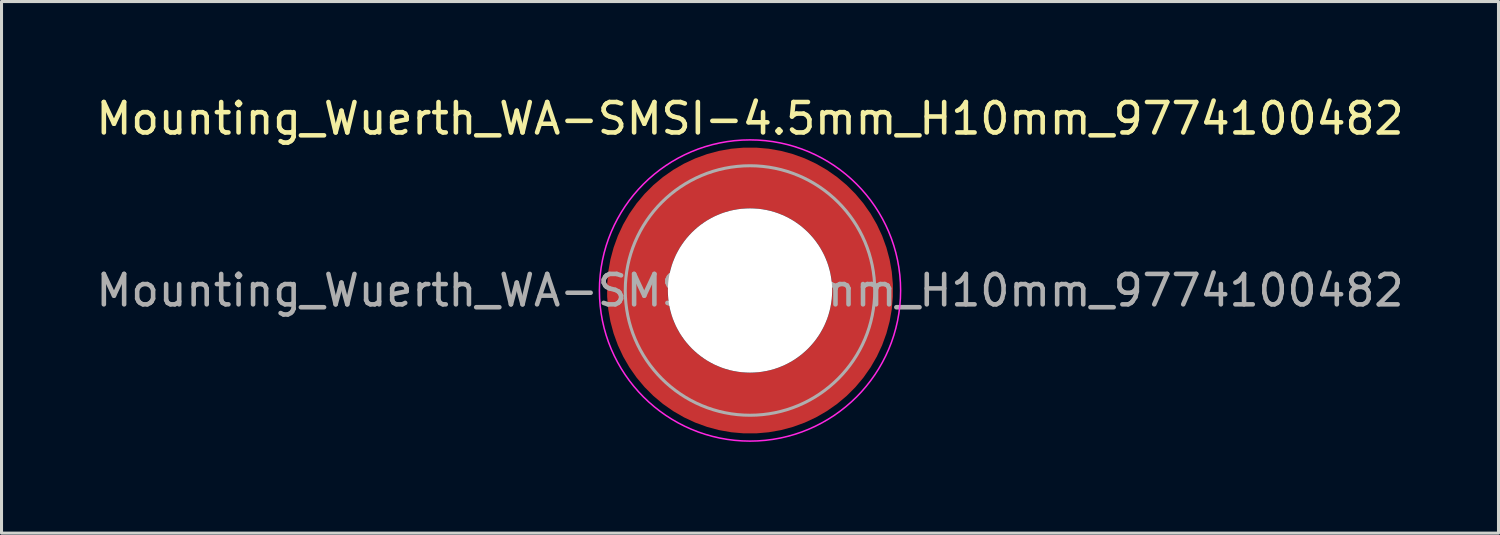
<source format=kicad_pcb>
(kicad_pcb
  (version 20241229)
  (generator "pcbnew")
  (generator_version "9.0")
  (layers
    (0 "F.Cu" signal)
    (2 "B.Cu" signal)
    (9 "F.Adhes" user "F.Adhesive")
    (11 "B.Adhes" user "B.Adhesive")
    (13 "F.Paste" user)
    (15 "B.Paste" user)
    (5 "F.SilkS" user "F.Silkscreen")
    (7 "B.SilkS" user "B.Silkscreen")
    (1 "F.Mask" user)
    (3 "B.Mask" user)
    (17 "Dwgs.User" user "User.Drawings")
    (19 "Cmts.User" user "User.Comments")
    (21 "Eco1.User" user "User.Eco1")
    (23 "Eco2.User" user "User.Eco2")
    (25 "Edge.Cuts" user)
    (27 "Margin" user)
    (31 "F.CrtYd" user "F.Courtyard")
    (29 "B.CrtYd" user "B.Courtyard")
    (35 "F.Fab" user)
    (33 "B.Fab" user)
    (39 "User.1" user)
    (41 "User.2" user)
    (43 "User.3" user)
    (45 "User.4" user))
  (footprint "Mounting_Wuerth_WA-SMSI-4.5mm_H10mm_9774100482"
    (layer "F.Cu")
    (at 21.601 6.498)
    (property "Reference" "Mounting_Wuerth_WA-SMSI-4.5mm_H10mm_9774100482" (at 0 -5.65 0) (layer "F.SilkS") (effects (font (size 1 1) (thickness 0.15))))
    (attr smd allow_soldermask_bridges)
    (fp_circle (center 0 0) (end 4.95 0) (stroke (width 0.05) (type solid)) (fill no) (layer "F.CrtYd"))
    (fp_circle (center 0 0) (end 4.1 0) (stroke (width 0.1) (type solid)) (fill no) (layer "F.Fab"))
    (fp_text user "${REFERENCE}" (at 0 0 0) (layer "F.Fab") (effects (font (size 1 1) (thickness 0.15))))
    (pad "" smd custom (at -2.607 -2.607) (size 0.948 0.948) (layers "F.Paste") (options (anchor circle)) (primitives (gr_arc (start -0.188183 2.107456) (mid 0.599273 0.599273) (end 2.107456 -0.188183) (width 0.2)) (gr_arc (start -0.289416 2.107456) (mid 0.52877 0.52877) (end 2.107456 -0.289416) (width 0.2)) (gr_arc (start -0.390547 2.107456) (mid 0.458268 0.458268) (end 2.107456 -0.390547) (width 0.2)) (gr_arc (start -0.491585 2.107456) (mid 0.387765 0.387765) (end 2.107456 -0.491585) (width 0.2)) (gr_arc (start -0.59254 2.107456) (mid 0.317262 0.317262) (end 2.107456 -0.59254) (width 0.2)) (gr_arc (start -0.693419 2.107456) (mid 0.246759 0.246759) (end 2.107456 -0.693419) (width 0.2)) (gr_arc (start -0.794229 2.107456) (mid 0.176257 0.176257) (end 2.107456 -0.794229) (width 0.2)) (gr_arc (start -0.894975 2.107456) (mid 0.105754 0.105754) (end 2.107456 -0.894975) (width 0.2)) (gr_arc (start -0.995664 2.107456) (mid 0.035251 0.035251) (end 2.107456 -0.995664) (width 0.2)) (gr_arc (start -1.0963 2.107456) (mid -0.035251 -0.035251) (end 2.107456 -1.0963) (width 0.2)) (gr_arc (start -1.196886 2.107456) (mid -0.105754 -0.105754) (end 2.107456 -1.196886) (width 0.2)) (gr_arc (start -1.297427 2.107456) (mid -0.176257 -0.176257) (end 2.107456 -1.297427) (width 0.2)) (gr_arc (start -1.397927 2.107456) (mid -0.246759 -0.246759) (end 2.107456 -1.397927) (width 0.2)) (gr_arc (start -1.498388 2.107456) (mid -0.317262 -0.317262) (end 2.107456 -1.498388) (width 0.2)) (gr_arc (start -1.598813 2.107456) (mid -0.387765 -0.387765) (end 2.107456 -1.598813) (width 0.2)) (gr_arc (start -1.699204 2.107456) (mid -0.458268 -0.458268) (end 2.107456 -1.699204) (width 0.2)) (gr_arc (start -1.799565 2.107456) (mid -0.52877 -0.52877) (end 2.107456 -1.799565) (width 0.2)) (gr_arc (start -1.899896 2.107456) (mid -0.599273 -0.599273) (end 2.107456 -1.899896) (width 0.2)) (gr_arc (start -1.899896 2.107456) (mid -0.599273 -0.599273) (end 2.107456 -1.899896) (width 0.2)) (gr_line (start 2.107 -0.188) (end 2.107 -1.9) (width 0.2)) (gr_line (start -0.188 2.107) (end -1.9 2.107) (width 0.2))))
    (pad "" smd custom (at -2.607 2.607) (size 0.948 0.948) (layers "F.Paste") (options (anchor circle)) (primitives (gr_arc (start 2.107456 0.188183) (mid 0.599273 -0.599273) (end -0.188183 -2.107456) (width 0.2)) (gr_arc (start 2.107456 0.289416) (mid 0.52877 -0.52877) (end -0.289416 -2.107456) (width 0.2)) (gr_arc (start 2.107456 0.390547) (mid 0.458268 -0.458268) (end -0.390547 -2.107456) (width 0.2)) (gr_arc (start 2.107456 0.491585) (mid 0.387765 -0.387765) (end -0.491585 -2.107456) (width 0.2)) (gr_arc (start 2.107456 0.59254) (mid 0.317262 -0.317262) (end -0.59254 -2.107456) (width 0.2)) (gr_arc (start 2.107456 0.693419) (mid 0.246759 -0.246759) (end -0.693419 -2.107456) (width 0.2)) (gr_arc (start 2.107456 0.794229) (mid 0.176257 -0.176257) (end -0.794229 -2.107456) (width 0.2)) (gr_arc (start 2.107456 0.894975) (mid 0.105754 -0.105754) (end -0.894975 -2.107456) (width 0.2)) (gr_arc (start 2.107456 0.995664) (mid 0.035251 -0.035251) (end -0.995664 -2.107456) (width 0.2)) (gr_arc (start 2.107456 1.0963) (mid -0.035251 0.035251) (end -1.0963 -2.107456) (width 0.2)) (gr_arc (start 2.107456 1.196886) (mid -0.105754 0.105754) (end -1.196886 -2.107456) (width 0.2)) (gr_arc (start 2.107456 1.297427) (mid -0.176257 0.176257) (end -1.297427 -2.107456) (width 0.2)) (gr_arc (start 2.107456 1.397927) (mid -0.246759 0.246759) (end -1.397927 -2.107456) (width 0.2)) (gr_arc (start 2.107456 1.498388) (mid -0.317262 0.317262) (end -1.498388 -2.107456) (width 0.2)) (gr_arc (start 2.107456 1.598813) (mid -0.387765 0.387765) (end -1.598813 -2.107456) (width 0.2)) (gr_arc (start 2.107456 1.699204) (mid -0.458268 0.458268) (end -1.699204 -2.107456) (width 0.2)) (gr_arc (start 2.107456 1.799565) (mid -0.52877 0.52877) (end -1.799565 -2.107456) (width 0.2)) (gr_arc (start 2.107456 1.899896) (mid -0.599273 0.599273) (end -1.899896 -2.107456) (width 0.2)) (gr_arc (start 2.107456 1.899896) (mid -0.599273 0.599273) (end -1.899896 -2.107456) (width 0.2)) (gr_line (start -0.188 -2.107) (end -1.9 -2.107) (width 0.2)) (gr_line (start 2.107 0.188) (end 2.107 1.9) (width 0.2))))
    (pad "" np_thru_hole circle (at 0 0) (size 5.4 5.4) (drill 5.4) (layers "*.Cu" "*.Mask"))
    (pad "" smd custom (at 2.607 -2.607) (size 0.948 0.948) (layers "F.Paste") (options (anchor circle)) (primitives (gr_arc (start -2.107456 -0.188183) (mid -0.599273 0.599273) (end 0.188183 2.107456) (width 0.2)) (gr_arc (start -2.107456 -0.289416) (mid -0.52877 0.52877) (end 0.289416 2.107456) (width 0.2)) (gr_arc (start -2.107456 -0.390547) (mid -0.458268 0.458268) (end 0.390547 2.107456) (width 0.2)) (gr_arc (start -2.107456 -0.491585) (mid -0.387765 0.387765) (end 0.491585 2.107456) (width 0.2)) (gr_arc (start -2.107456 -0.59254) (mid -0.317262 0.317262) (end 0.59254 2.107456) (width 0.2)) (gr_arc (start -2.107456 -0.693419) (mid -0.246759 0.246759) (end 0.693419 2.107456) (width 0.2)) (gr_arc (start -2.107456 -0.794229) (mid -0.176257 0.176257) (end 0.794229 2.107456) (width 0.2)) (gr_arc (start -2.107456 -0.894975) (mid -0.105754 0.105754) (end 0.894975 2.107456) (width 0.2)) (gr_arc (start -2.107456 -0.995664) (mid -0.035251 0.035251) (end 0.995664 2.107456) (width 0.2)) (gr_arc (start -2.107456 -1.0963) (mid 0.035251 -0.035251) (end 1.0963 2.107456) (width 0.2)) (gr_arc (start -2.107456 -1.196886) (mid 0.105754 -0.105754) (end 1.196886 2.107456) (width 0.2)) (gr_arc (start -2.107456 -1.297427) (mid 0.176257 -0.176257) (end 1.297427 2.107456) (width 0.2)) (gr_arc (start -2.107456 -1.397927) (mid 0.246759 -0.246759) (end 1.397927 2.107456) (width 0.2)) (gr_arc (start -2.107456 -1.498388) (mid 0.317262 -0.317262) (end 1.498388 2.107456) (width 0.2)) (gr_arc (start -2.107456 -1.598813) (mid 0.387765 -0.387765) (end 1.598813 2.107456) (width 0.2)) (gr_arc (start -2.107456 -1.699204) (mid 0.458268 -0.458268) (end 1.699204 2.107456) (width 0.2)) (gr_arc (start -2.107456 -1.799565) (mid 0.52877 -0.52877) (end 1.799565 2.107456) (width 0.2)) (gr_arc (start -2.107456 -1.899896) (mid 0.599273 -0.599273) (end 1.899896 2.107456) (width 0.2)) (gr_arc (start -2.107456 -1.899896) (mid 0.599273 -0.599273) (end 1.899896 2.107456) (width 0.2)) (gr_line (start 0.188 2.107) (end 1.9 2.107) (width 0.2)) (gr_line (start -2.107 -0.188) (end -2.107 -1.9) (width 0.2))))
    (pad "" smd custom (at 2.607 2.607) (size 0.948 0.948) (layers "F.Paste") (options (anchor circle)) (primitives (gr_arc (start 0.188183 -2.107456) (mid -0.599273 -0.599273) (end -2.107456 0.188183) (width 0.2)) (gr_arc (start 0.289416 -2.107456) (mid -0.52877 -0.52877) (end -2.107456 0.289416) (width 0.2)) (gr_arc (start 0.390547 -2.107456) (mid -0.458268 -0.458268) (end -2.107456 0.390547) (width 0.2)) (gr_arc (start 0.491585 -2.107456) (mid -0.387765 -0.387765) (end -2.107456 0.491585) (width 0.2)) (gr_arc (start 0.59254 -2.107456) (mid -0.317262 -0.317262) (end -2.107456 0.59254) (width 0.2)) (gr_arc (start 0.693419 -2.107456) (mid -0.246759 -0.246759) (end -2.107456 0.693419) (width 0.2)) (gr_arc (start 0.794229 -2.107456) (mid -0.176257 -0.176257) (end -2.107456 0.794229) (width 0.2)) (gr_arc (start 0.894975 -2.107456) (mid -0.105754 -0.105754) (end -2.107456 0.894975) (width 0.2)) (gr_arc (start 0.995664 -2.107456) (mid -0.035251 -0.035251) (end -2.107456 0.995664) (width 0.2)) (gr_arc (start 1.0963 -2.107456) (mid 0.035251 0.035251) (end -2.107456 1.0963) (width 0.2)) (gr_arc (start 1.196886 -2.107456) (mid 0.105754 0.105754) (end -2.107456 1.196886) (width 0.2)) (gr_arc (start 1.297427 -2.107456) (mid 0.176257 0.176257) (end -2.107456 1.297427) (width 0.2)) (gr_arc (start 1.397927 -2.107456) (mid 0.246759 0.246759) (end -2.107456 1.397927) (width 0.2)) (gr_arc (start 1.498388 -2.107456) (mid 0.317262 0.317262) (end -2.107456 1.498388) (width 0.2)) (gr_arc (start 1.598813 -2.107456) (mid 0.387765 0.387765) (end -2.107456 1.598813) (width 0.2)) (gr_arc (start 1.699204 -2.107456) (mid 0.458268 0.458268) (end -2.107456 1.699204) (width 0.2)) (gr_arc (start 1.799565 -2.107456) (mid 0.52877 0.52877) (end -2.107456 1.799565) (width 0.2)) (gr_arc (start 1.899896 -2.107456) (mid 0.599273 0.599273) (end -2.107456 1.899896) (width 0.2)) (gr_arc (start 1.899896 -2.107456) (mid 0.599273 0.599273) (end -2.107456 1.899896) (width 0.2)) (gr_line (start -2.107 0.188) (end -2.107 1.9) (width 0.2)) (gr_line (start 0.188 -2.107) (end 1.9 -2.107) (width 0.2))))
    (pad "1" smd circle (at -3.7 0) (size 1.492 1.492) (layers "F.Cu"))
    (pad "1" smd circle (at 0 -3.7) (size 1.492 1.492) (layers "F.Cu"))
    (pad "1" smd circle (at 0 3.7) (size 1.492 1.492) (layers "F.Cu"))
    (pad "1" smd custom (at 3.7 0) (size 2 2) (layers "F.Cu" "F.Mask") (options (anchor circle)) (primitives (gr_circle (center -3.7 0) (end 0 0) (width 2) (fill no)))))
  (gr_rect
    (start -3 -3)
    (end 46.202 14.473)
    (stroke (width 0.1) (type default))
    (fill no)
    (layer "Edge.Cuts")))
</source>
